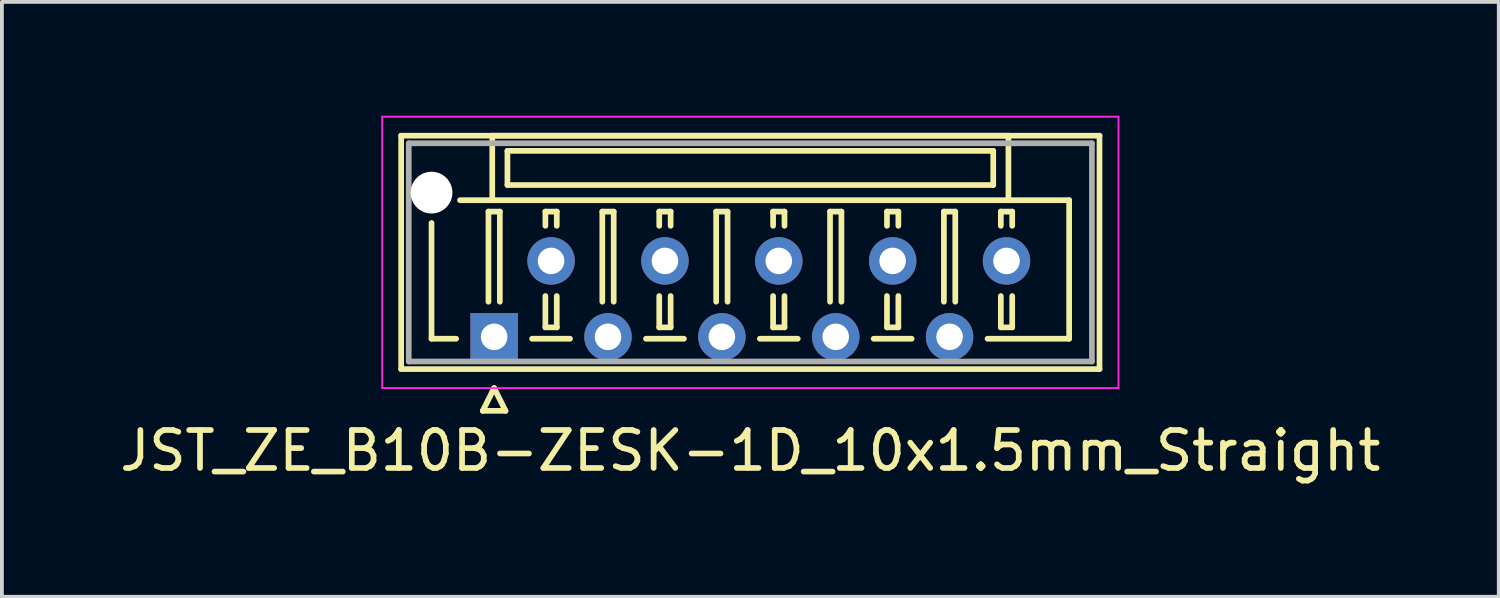
<source format=kicad_pcb>
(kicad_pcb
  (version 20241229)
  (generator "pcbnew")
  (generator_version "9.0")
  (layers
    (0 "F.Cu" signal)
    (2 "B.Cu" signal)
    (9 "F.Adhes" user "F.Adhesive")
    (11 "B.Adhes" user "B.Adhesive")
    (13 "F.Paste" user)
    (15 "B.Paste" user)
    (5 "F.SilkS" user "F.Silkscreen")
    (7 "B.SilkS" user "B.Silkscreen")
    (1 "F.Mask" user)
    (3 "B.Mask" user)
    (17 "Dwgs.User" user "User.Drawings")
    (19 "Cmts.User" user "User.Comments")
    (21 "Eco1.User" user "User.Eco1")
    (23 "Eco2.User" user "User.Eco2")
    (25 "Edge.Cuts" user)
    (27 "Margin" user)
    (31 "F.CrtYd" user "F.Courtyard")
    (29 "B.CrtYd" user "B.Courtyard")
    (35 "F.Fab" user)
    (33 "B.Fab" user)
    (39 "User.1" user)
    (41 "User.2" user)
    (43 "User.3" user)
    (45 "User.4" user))
  (footprint "JST_ZE_B10B-ZESK-1D_10x1.5mm_Straight"
    (layer "F.Cu")
    (at 9.97 5.825)
    (property "Reference" "JST_ZE_B10B-ZESK-1D_10x1.5mm_Straight" (at 6.75 3 0) (layer "F.SilkS") (effects (font (size 1 1) (thickness 0.15))))
    (attr through_hole)
    (fp_line (start -2.45 -5.3) (end -2.45 0.85) (stroke (width 0.15) (type solid)) (layer "F.SilkS"))
    (fp_line (start -2.45 0.85) (end 15.95 0.85) (stroke (width 0.15) (type solid)) (layer "F.SilkS"))
    (fp_line (start -1.65 -3) (end -1.65 0.05) (stroke (width 0.15) (type solid)) (layer "F.SilkS"))
    (fp_line (start -1.65 0.05) (end -1 0.05) (stroke (width 0.15) (type solid)) (layer "F.SilkS"))
    (fp_line (start -0.3 1.95) (end 0 1.35) (stroke (width 0.15) (type solid)) (layer "F.SilkS"))
    (fp_line (start -0.15 -3.3) (end 0.15 -3.3) (stroke (width 0.15) (type solid)) (layer "F.SilkS"))
    (fp_line (start -0.15 -0.925) (end -0.15 -3.3) (stroke (width 0.15) (type solid)) (layer "F.SilkS"))
    (fp_line (start -0.05 -5.3) (end -0.05 -3.6) (stroke (width 0.15) (type solid)) (layer "F.SilkS"))
    (fp_line (start -0.05 -3.6) (end -0.9 -3.6) (stroke (width 0.15) (type solid)) (layer "F.SilkS"))
    (fp_line (start -0.05 -3.6) (end 13.55 -3.6) (stroke (width 0.15) (type solid)) (layer "F.SilkS"))
    (fp_line (start 0 1.35) (end 0.3 1.95) (stroke (width 0.15) (type solid)) (layer "F.SilkS"))
    (fp_line (start 0.15 -3.3) (end 0.15 -0.925) (stroke (width 0.15) (type solid)) (layer "F.SilkS"))
    (fp_line (start 0.3 1.95) (end -0.3 1.95) (stroke (width 0.15) (type solid)) (layer "F.SilkS"))
    (fp_line (start 0.35 -4.9) (end 0.35 -4) (stroke (width 0.15) (type solid)) (layer "F.SilkS"))
    (fp_line (start 0.35 -4) (end 13.15 -4) (stroke (width 0.15) (type solid)) (layer "F.SilkS"))
    (fp_line (start 1 0.05) (end 2 0.05) (stroke (width 0.15) (type solid)) (layer "F.SilkS"))
    (fp_line (start 1.35 -3.3) (end 1.65 -3.3) (stroke (width 0.15) (type solid)) (layer "F.SilkS"))
    (fp_line (start 1.35 -2.925) (end 1.35 -3.3) (stroke (width 0.15) (type solid)) (layer "F.SilkS"))
    (fp_line (start 1.35 -1.075) (end 1.35 -0.25) (stroke (width 0.15) (type solid)) (layer "F.SilkS"))
    (fp_line (start 1.35 -0.25) (end 1.65 -0.25) (stroke (width 0.15) (type solid)) (layer "F.SilkS"))
    (fp_line (start 1.65 -3.3) (end 1.65 -2.925) (stroke (width 0.15) (type solid)) (layer "F.SilkS"))
    (fp_line (start 1.65 -0.25) (end 1.65 -1.075) (stroke (width 0.15) (type solid)) (layer "F.SilkS"))
    (fp_line (start 2.85 -3.3) (end 3.15 -3.3) (stroke (width 0.15) (type solid)) (layer "F.SilkS"))
    (fp_line (start 2.85 -0.925) (end 2.85 -3.3) (stroke (width 0.15) (type solid)) (layer "F.SilkS"))
    (fp_line (start 3.15 -3.3) (end 3.15 -0.925) (stroke (width 0.15) (type solid)) (layer "F.SilkS"))
    (fp_line (start 4 0.05) (end 5 0.05) (stroke (width 0.15) (type solid)) (layer "F.SilkS"))
    (fp_line (start 4.35 -3.3) (end 4.65 -3.3) (stroke (width 0.15) (type solid)) (layer "F.SilkS"))
    (fp_line (start 4.35 -2.925) (end 4.35 -3.3) (stroke (width 0.15) (type solid)) (layer "F.SilkS"))
    (fp_line (start 4.35 -1.075) (end 4.35 -0.25) (stroke (width 0.15) (type solid)) (layer "F.SilkS"))
    (fp_line (start 4.35 -0.25) (end 4.65 -0.25) (stroke (width 0.15) (type solid)) (layer "F.SilkS"))
    (fp_line (start 4.65 -3.3) (end 4.65 -2.925) (stroke (width 0.15) (type solid)) (layer "F.SilkS"))
    (fp_line (start 4.65 -0.25) (end 4.65 -1.075) (stroke (width 0.15) (type solid)) (layer "F.SilkS"))
    (fp_line (start 5.85 -3.3) (end 6.15 -3.3) (stroke (width 0.15) (type solid)) (layer "F.SilkS"))
    (fp_line (start 5.85 -0.925) (end 5.85 -3.3) (stroke (width 0.15) (type solid)) (layer "F.SilkS"))
    (fp_line (start 6.15 -3.3) (end 6.15 -0.925) (stroke (width 0.15) (type solid)) (layer "F.SilkS"))
    (fp_line (start 7 0.05) (end 8 0.05) (stroke (width 0.15) (type solid)) (layer "F.SilkS"))
    (fp_line (start 7.35 -3.3) (end 7.65 -3.3) (stroke (width 0.15) (type solid)) (layer "F.SilkS"))
    (fp_line (start 7.35 -2.925) (end 7.35 -3.3) (stroke (width 0.15) (type solid)) (layer "F.SilkS"))
    (fp_line (start 7.35 -1.075) (end 7.35 -0.25) (stroke (width 0.15) (type solid)) (layer "F.SilkS"))
    (fp_line (start 7.35 -0.25) (end 7.65 -0.25) (stroke (width 0.15) (type solid)) (layer "F.SilkS"))
    (fp_line (start 7.65 -3.3) (end 7.65 -2.925) (stroke (width 0.15) (type solid)) (layer "F.SilkS"))
    (fp_line (start 7.65 -0.25) (end 7.65 -1.075) (stroke (width 0.15) (type solid)) (layer "F.SilkS"))
    (fp_line (start 8.85 -3.3) (end 9.15 -3.3) (stroke (width 0.15) (type solid)) (layer "F.SilkS"))
    (fp_line (start 8.85 -0.925) (end 8.85 -3.3) (stroke (width 0.15) (type solid)) (layer "F.SilkS"))
    (fp_line (start 9.15 -3.3) (end 9.15 -0.925) (stroke (width 0.15) (type solid)) (layer "F.SilkS"))
    (fp_line (start 10 0.05) (end 11 0.05) (stroke (width 0.15) (type solid)) (layer "F.SilkS"))
    (fp_line (start 10.35 -3.3) (end 10.65 -3.3) (stroke (width 0.15) (type solid)) (layer "F.SilkS"))
    (fp_line (start 10.35 -2.925) (end 10.35 -3.3) (stroke (width 0.15) (type solid)) (layer "F.SilkS"))
    (fp_line (start 10.35 -1.075) (end 10.35 -0.25) (stroke (width 0.15) (type solid)) (layer "F.SilkS"))
    (fp_line (start 10.35 -0.25) (end 10.65 -0.25) (stroke (width 0.15) (type solid)) (layer "F.SilkS"))
    (fp_line (start 10.65 -3.3) (end 10.65 -2.925) (stroke (width 0.15) (type solid)) (layer "F.SilkS"))
    (fp_line (start 10.65 -0.25) (end 10.65 -1.075) (stroke (width 0.15) (type solid)) (layer "F.SilkS"))
    (fp_line (start 11.85 -3.3) (end 12.15 -3.3) (stroke (width 0.15) (type solid)) (layer "F.SilkS"))
    (fp_line (start 11.85 -0.925) (end 11.85 -3.3) (stroke (width 0.15) (type solid)) (layer "F.SilkS"))
    (fp_line (start 12.15 -3.3) (end 12.15 -0.925) (stroke (width 0.15) (type solid)) (layer "F.SilkS"))
    (fp_line (start 13.15 -4.9) (end 0.35 -4.9) (stroke (width 0.15) (type solid)) (layer "F.SilkS"))
    (fp_line (start 13.15 -4) (end 13.15 -4.9) (stroke (width 0.15) (type solid)) (layer "F.SilkS"))
    (fp_line (start 13.35 -3.3) (end 13.65 -3.3) (stroke (width 0.15) (type solid)) (layer "F.SilkS"))
    (fp_line (start 13.35 -2.925) (end 13.35 -3.3) (stroke (width 0.15) (type solid)) (layer "F.SilkS"))
    (fp_line (start 13.35 -1.075) (end 13.35 -0.25) (stroke (width 0.15) (type solid)) (layer "F.SilkS"))
    (fp_line (start 13.35 -0.25) (end 13.65 -0.25) (stroke (width 0.15) (type solid)) (layer "F.SilkS"))
    (fp_line (start 13.55 -5.3) (end -0.05 -5.3) (stroke (width 0.15) (type solid)) (layer "F.SilkS"))
    (fp_line (start 13.55 -3.6) (end 13.55 -5.3) (stroke (width 0.15) (type solid)) (layer "F.SilkS"))
    (fp_line (start 13.55 -3.6) (end 15.15 -3.6) (stroke (width 0.15) (type solid)) (layer "F.SilkS"))
    (fp_line (start 13.65 -3.3) (end 13.65 -2.925) (stroke (width 0.15) (type solid)) (layer "F.SilkS"))
    (fp_line (start 13.65 -0.25) (end 13.65 -1.075) (stroke (width 0.15) (type solid)) (layer "F.SilkS"))
    (fp_line (start 15.15 -3.6) (end 15.15 0.05) (stroke (width 0.15) (type solid)) (layer "F.SilkS"))
    (fp_line (start 15.15 0.05) (end 13 0.05) (stroke (width 0.15) (type solid)) (layer "F.SilkS"))
    (fp_line (start 15.95 -5.3) (end -2.45 -5.3) (stroke (width 0.15) (type solid)) (layer "F.SilkS"))
    (fp_line (start 15.95 0.85) (end 15.95 -5.3) (stroke (width 0.15) (type solid)) (layer "F.SilkS"))
    (fp_line (start -2.95 -5.8) (end -2.95 1.35) (stroke (width 0.05) (type solid)) (layer "F.CrtYd"))
    (fp_line (start -2.95 1.35) (end 16.45 1.35) (stroke (width 0.05) (type solid)) (layer "F.CrtYd"))
    (fp_line (start 16.45 -5.8) (end -2.95 -5.8) (stroke (width 0.05) (type solid)) (layer "F.CrtYd"))
    (fp_line (start 16.45 1.35) (end 16.45 -5.8) (stroke (width 0.05) (type solid)) (layer "F.CrtYd"))
    (fp_line (start -2.25 -5.1) (end -2.25 0.65) (stroke (width 0.15) (type solid)) (layer "F.Fab"))
    (fp_line (start -2.25 0.65) (end 15.75 0.65) (stroke (width 0.15) (type solid)) (layer "F.Fab"))
    (fp_line (start 15.75 -5.1) (end -2.25 -5.1) (stroke (width 0.15) (type solid)) (layer "F.Fab"))
    (fp_line (start 15.75 0.65) (end 15.75 -5.1) (stroke (width 0.15) (type solid)) (layer "F.Fab"))
    (pad "" np_thru_hole circle (at -1.65 -3.8) (size 1.1 1.1) (drill 1.1) (layers "*.Cu"))
    (pad "1" thru_hole rect (at 0 0) (size 1.25 1.25) (drill 0.7) (layers "*.Cu" "*.Mask"))
    (pad "2" thru_hole circle (at 1.5 -2) (size 1.25 1.25) (drill 0.7) (layers "*.Cu" "*.Mask"))
    (pad "3" thru_hole circle (at 3 0) (size 1.25 1.25) (drill 0.7) (layers "*.Cu" "*.Mask"))
    (pad "4" thru_hole circle (at 4.5 -2) (size 1.25 1.25) (drill 0.7) (layers "*.Cu" "*.Mask"))
    (pad "5" thru_hole circle (at 6 0) (size 1.25 1.25) (drill 0.7) (layers "*.Cu" "*.Mask"))
    (pad "6" thru_hole circle (at 7.5 -2) (size 1.25 1.25) (drill 0.7) (layers "*.Cu" "*.Mask"))
    (pad "7" thru_hole circle (at 9 0) (size 1.25 1.25) (drill 0.7) (layers "*.Cu" "*.Mask"))
    (pad "8" thru_hole circle (at 10.5 -2) (size 1.25 1.25) (drill 0.7) (layers "*.Cu" "*.Mask"))
    (pad "9" thru_hole circle (at 12 0) (size 1.25 1.25) (drill 0.7) (layers "*.Cu" "*.Mask"))
    (pad "10" thru_hole circle (at 13.5 -2) (size 1.25 1.25) (drill 0.7) (layers "*.Cu" "*.Mask")))
  (gr_rect
    (start -3 -3)
    (end 36.44 12.673)
    (stroke (width 0.1) (type default))
    (fill no)
    (layer "Edge.Cuts")))
</source>
